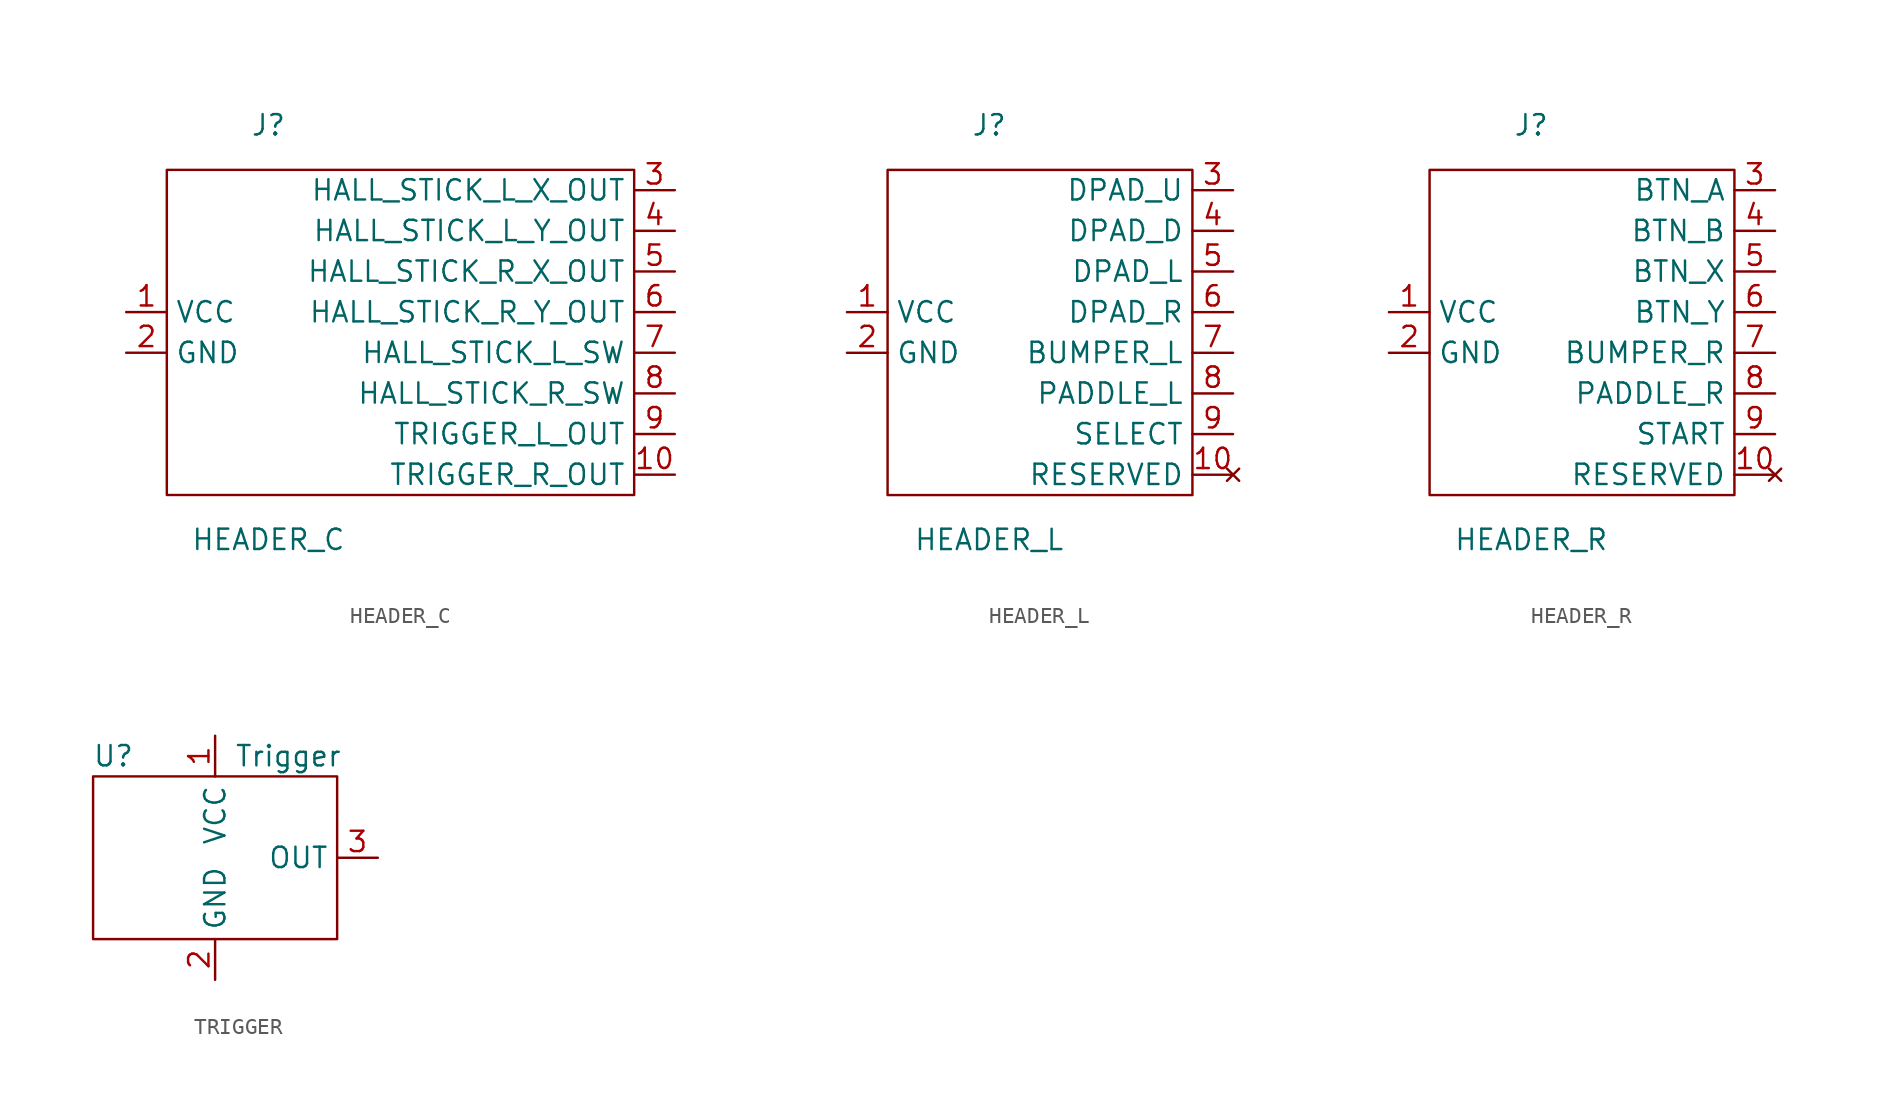
<source format=kicad_sym>
(kicad_symbol_lib
  (version 20241209)
  (generator "kicad_symbol_editor")
  (generator_version "9.0")
  (symbol "HEADER_C"
    (property "Reference" "J"
      (at 0 12.954 0)
      (effects (font (size 1.27 1.27))))
    (property "Value" "HEADER_C"
      (at 0 -12.954 0)
      (effects (font (size 1.27 1.27))))
    (symbol "HEADER_C_0_0"
      (pin power_in line (at -8.89 1.27 0) (length 2.54) (name "VCC" (effects (font (size 1.27 1.27)))) (number "1" (effects (font (size 1.27 1.27)))))
      (pin power_in line (at -8.89 -1.27 0) (length 2.54) (name "GND" (effects (font (size 1.27 1.27)))) (number "2" (effects (font (size 1.27 1.27)))))
      (pin output line (at 25.4 8.89 180) (length 2.54) (name "HALL_STICK_L_X_OUT" (effects (font (size 1.27 1.27)))) (number "3" (effects (font (size 1.27 1.27))))))
    (symbol "HEADER_C_0_1"
      (rectangle (start -6.35 10.16) (end 22.86 -10.16) (stroke (width 0) (type default)) (fill (type none))))
    (symbol "HEADER_C_1_0"
      (pin output line (at 25.4 6.35 180) (length 2.54) (name "HALL_STICK_L_Y_OUT" (effects (font (size 1.27 1.27)))) (number "4" (effects (font (size 1.27 1.27)))))
      (pin output line (at 25.4 3.81 180) (length 2.54) (name "HALL_STICK_R_X_OUT" (effects (font (size 1.27 1.27)))) (number "5" (effects (font (size 1.27 1.27)))))
      (pin output line (at 25.4 1.27 180) (length 2.54) (name "HALL_STICK_R_Y_OUT" (effects (font (size 1.27 1.27)))) (number "6" (effects (font (size 1.27 1.27)))))
      (pin passive line (at 25.4 -1.27 180) (length 2.54) (name "HALL_STICK_L_SW" (effects (font (size 1.27 1.27)))) (number "7" (effects (font (size 1.27 1.27)))))
      (pin passive line (at 25.4 -3.81 180) (length 2.54) (name "HALL_STICK_R_SW" (effects (font (size 1.27 1.27)))) (number "8" (effects (font (size 1.27 1.27)))))
      (pin output line (at 25.4 -6.35 180) (length 2.54) (name "TRIGGER_L_OUT" (effects (font (size 1.27 1.27)))) (number "9" (effects (font (size 1.27 1.27)))))
      (pin output line (at 25.4 -8.89 180) (length 2.54) (name "TRIGGER_R_OUT" (effects (font (size 1.27 1.27)))) (number "10" (effects (font (size 1.27 1.27)))))))
  (symbol "HEADER_L"
    (property "Reference" "J"
      (at 0 12.954 0)
      (effects (font (size 1.27 1.27))))
    (property "Value" "HEADER_L"
      (at 0 -12.954 0)
      (effects (font (size 1.27 1.27))))
    (symbol "HEADER_L_0_0"
      (pin power_in line (at -8.89 1.27 0) (length 2.54) (name "VCC" (effects (font (size 1.27 1.27)))) (number "1" (effects (font (size 1.27 1.27)))))
      (pin power_in line (at -8.89 -1.27 0) (length 2.54) (name "GND" (effects (font (size 1.27 1.27)))) (number "2" (effects (font (size 1.27 1.27))))))
    (symbol "HEADER_L_0_1"
      (rectangle (start -6.35 10.16) (end 12.7 -10.16) (stroke (width 0) (type default)) (fill (type none))))
    (symbol "HEADER_L_1_0"
      (pin passive line (at 15.24 8.89 180) (length 2.54) (name "DPAD_U" (effects (font (size 1.27 1.27)))) (number "3" (effects (font (size 1.27 1.27)))))
      (pin passive line (at 15.24 6.35 180) (length 2.54) (name "DPAD_D" (effects (font (size 1.27 1.27)))) (number "4" (effects (font (size 1.27 1.27)))))
      (pin passive line (at 15.24 3.81 180) (length 2.54) (name "DPAD_L" (effects (font (size 1.27 1.27)))) (number "5" (effects (font (size 1.27 1.27)))))
      (pin passive line (at 15.24 1.27 180) (length 2.54) (name "DPAD_R" (effects (font (size 1.27 1.27)))) (number "6" (effects (font (size 1.27 1.27)))))
      (pin passive line (at 15.24 -1.27 180) (length 2.54) (name "BUMPER_L" (effects (font (size 1.27 1.27)))) (number "7" (effects (font (size 1.27 1.27)))))
      (pin passive line (at 15.24 -3.81 180) (length 2.54) (name "PADDLE_L" (effects (font (size 1.27 1.27)))) (number "8" (effects (font (size 1.27 1.27)))))
      (pin passive line (at 15.24 -6.35 180) (length 2.54) (name "SELECT" (effects (font (size 1.27 1.27)))) (number "9" (effects (font (size 1.27 1.27)))))
      (pin no_connect line (at 15.24 -8.89 180) (length 2.54) (name "RESERVED" (effects (font (size 1.27 1.27)))) (number "10" (effects (font (size 1.27 1.27)))))))
  (symbol "HEADER_R"
    (property "Reference" "J"
      (at 0 12.954 0)
      (effects (font (size 1.27 1.27))))
    (property "Value" "HEADER_R"
      (at 0 -12.954 0)
      (effects (font (size 1.27 1.27))))
    (symbol "HEADER_R_0_0"
      (pin power_in line (at -8.89 1.27 0) (length 2.54) (name "VCC" (effects (font (size 1.27 1.27)))) (number "1" (effects (font (size 1.27 1.27)))))
      (pin power_in line (at -8.89 -1.27 0) (length 2.54) (name "GND" (effects (font (size 1.27 1.27)))) (number "2" (effects (font (size 1.27 1.27))))))
    (symbol "HEADER_R_0_1"
      (rectangle (start -6.35 10.16) (end 12.7 -10.16) (stroke (width 0) (type default)) (fill (type none))))
    (symbol "HEADER_R_1_0"
      (pin passive line (at 15.24 8.89 180) (length 2.54) (name "BTN_A" (effects (font (size 1.27 1.27)))) (number "3" (effects (font (size 1.27 1.27)))))
      (pin passive line (at 15.24 6.35 180) (length 2.54) (name "BTN_B" (effects (font (size 1.27 1.27)))) (number "4" (effects (font (size 1.27 1.27)))))
      (pin passive line (at 15.24 3.81 180) (length 2.54) (name "BTN_X" (effects (font (size 1.27 1.27)))) (number "5" (effects (font (size 1.27 1.27)))))
      (pin passive line (at 15.24 1.27 180) (length 2.54) (name "BTN_Y" (effects (font (size 1.27 1.27)))) (number "6" (effects (font (size 1.27 1.27)))))
      (pin passive line (at 15.24 -1.27 180) (length 2.54) (name "BUMPER_R" (effects (font (size 1.27 1.27)))) (number "7" (effects (font (size 1.27 1.27)))))
      (pin passive line (at 15.24 -3.81 180) (length 2.54) (name "PADDLE_R" (effects (font (size 1.27 1.27)))) (number "8" (effects (font (size 1.27 1.27)))))
      (pin passive line (at 15.24 -6.35 180) (length 2.54) (name "START" (effects (font (size 1.27 1.27)))) (number "9" (effects (font (size 1.27 1.27)))))
      (pin no_connect line (at 15.24 -8.89 180) (length 2.54) (name "RESERVED" (effects (font (size 1.27 1.27)))) (number "10" (effects (font (size 1.27 1.27)))))))
  (symbol "TRIGGER"
    (property "Reference" "U"
      (at -6.35 3.81 0)
      (effects (font (size 1.27 1.27))))
    (property "Value" "Trigger"
      (at 4.572 3.81 0)
      (effects (font (size 1.27 1.27))))
    (symbol "TRIGGER_0_1"
      (rectangle (start -7.62 2.54) (end 7.62 -7.62) (stroke (width 0) (type default)) (fill (type none))))
    (symbol "TRIGGER_1_1"
      (pin power_in line (at 0 5.08 270) (length 2.54) (name "VCC" (effects (font (size 1.27 1.27)))) (number "1" (effects (font (size 1.27 1.27)))))
      (pin power_in line (at 0 -10.16 90) (length 2.54) (name "GND" (effects (font (size 1.27 1.27)))) (number "2" (effects (font (size 1.27 1.27)))))
      (pin output line (at 10.16 -2.54 180) (length 2.54) (name "OUT" (effects (font (size 1.27 1.27)))) (number "3" (effects (font (size 1.27 1.27))))))))
</source>
